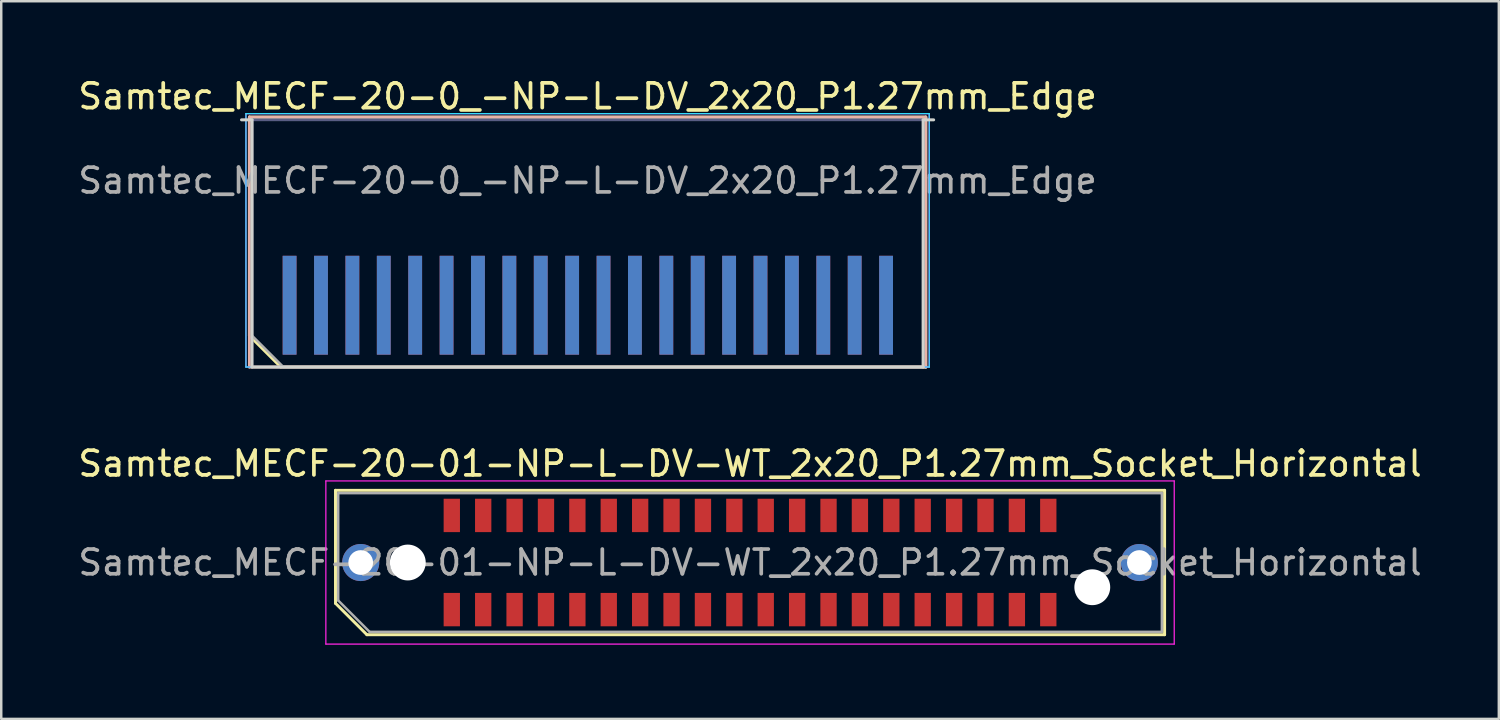
<source format=kicad_pcb>
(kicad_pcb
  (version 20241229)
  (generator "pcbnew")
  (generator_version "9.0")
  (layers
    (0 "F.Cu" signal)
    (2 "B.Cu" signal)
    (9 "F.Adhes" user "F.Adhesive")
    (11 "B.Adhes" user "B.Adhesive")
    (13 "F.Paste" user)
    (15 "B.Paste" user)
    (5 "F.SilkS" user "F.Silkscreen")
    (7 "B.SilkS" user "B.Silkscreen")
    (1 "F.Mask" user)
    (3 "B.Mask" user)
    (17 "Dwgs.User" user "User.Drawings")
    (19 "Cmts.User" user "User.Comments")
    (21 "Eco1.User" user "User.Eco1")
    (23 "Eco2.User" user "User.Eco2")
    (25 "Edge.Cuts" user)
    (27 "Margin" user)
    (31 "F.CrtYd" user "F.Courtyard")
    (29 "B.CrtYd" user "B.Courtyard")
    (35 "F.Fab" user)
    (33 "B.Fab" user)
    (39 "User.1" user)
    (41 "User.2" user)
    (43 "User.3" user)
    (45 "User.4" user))
  (footprint "Samtec_MECF-20-0_-NP-L-DV_2x20_P1.27mm_Edge"
    (layer "F.Cu")
    (at 20.72 6.798)
    (property "Reference" "Samtec_MECF-20-0_-NP-L-DV_2x20_P1.27mm_Edge" (at 0 -5.95 0) (layer "F.SilkS") (effects (font (size 1 1) (thickness 0.15))))
    (attr exclude_from_pos_files exclude_from_bom)
    (fp_line (start -13.68 -5.11) (end 13.68 -5.11) (stroke (width 0.12) (type solid)) (layer "F.SilkS"))
    (fp_line (start -13.68 3.73) (end -13.68 -5.11) (stroke (width 0.12) (type solid)) (layer "F.SilkS"))
    (fp_line (start -12.41 5) (end -13.68 3.73) (stroke (width 0.12) (type solid)) (layer "F.SilkS"))
    (fp_line (start -12.41 5) (end 13.68 5) (stroke (width 0.12) (type solid)) (layer "F.SilkS"))
    (fp_line (start 13.68 5) (end 13.68 -5.11) (stroke (width 0.12) (type solid)) (layer "F.SilkS"))
    (fp_line (start -13.68 -5.11) (end 13.68 -5.11) (stroke (width 0.12) (type solid)) (layer "B.SilkS"))
    (fp_line (start -13.68 5) (end -13.68 -5.11) (stroke (width 0.12) (type solid)) (layer "B.SilkS"))
    (fp_line (start -13.68 5) (end 13.68 5) (stroke (width 0.12) (type solid)) (layer "B.SilkS"))
    (fp_line (start 13.68 5) (end 13.68 -5.11) (stroke (width 0.12) (type solid)) (layer "B.SilkS"))
    (fp_line (start -14 -5) (end -13.575 -5) (stroke (width 0.12) (type solid)) (layer "Edge.Cuts"))
    (fp_line (start -13.575 5) (end -13.575 -5) (stroke (width 0.12) (type solid)) (layer "Edge.Cuts"))
    (fp_line (start -13.575 5) (end 13.575 5) (stroke (width 0.12) (type solid)) (layer "Edge.Cuts"))
    (fp_line (start 13.575 5) (end 13.575 -5) (stroke (width 0.12) (type solid)) (layer "Edge.Cuts"))
    (fp_line (start 14 -5) (end 13.575 -5) (stroke (width 0.12) (type solid)) (layer "Edge.Cuts"))
    (fp_line (start -13.82 -5.25) (end -13.82 5) (stroke (width 0.05) (type solid)) (layer "B.CrtYd"))
    (fp_line (start -13.82 5) (end 13.82 5) (stroke (width 0.05) (type solid)) (layer "B.CrtYd"))
    (fp_line (start 13.82 -5.25) (end -13.82 -5.25) (stroke (width 0.05) (type solid)) (layer "B.CrtYd"))
    (fp_line (start 13.82 5) (end 13.82 -5.25) (stroke (width 0.05) (type solid)) (layer "B.CrtYd"))
    (fp_line (start -13.82 -5.25) (end -13.82 5) (stroke (width 0.05) (type solid)) (layer "F.CrtYd"))
    (fp_line (start -13.82 5) (end 13.82 5) (stroke (width 0.05) (type solid)) (layer "F.CrtYd"))
    (fp_line (start 13.82 -5.25) (end -13.82 -5.25) (stroke (width 0.05) (type solid)) (layer "F.CrtYd"))
    (fp_line (start 13.82 5) (end 13.82 -5.25) (stroke (width 0.05) (type solid)) (layer "F.CrtYd"))
    (fp_line (start -13.575 -5) (end 13.575 -5) (stroke (width 0.1) (type solid)) (layer "B.Fab"))
    (fp_line (start -13.575 5) (end -13.575 -5) (stroke (width 0.1) (type solid)) (layer "B.Fab"))
    (fp_line (start -13.575 5) (end 13.575 5) (stroke (width 0.1) (type solid)) (layer "B.Fab"))
    (fp_line (start 13.575 5) (end 13.575 -5) (stroke (width 0.1) (type solid)) (layer "B.Fab"))
    (fp_line (start -13.575 -5) (end 13.575 -5) (stroke (width 0.1) (type solid)) (layer "F.Fab"))
    (fp_line (start -13.575 3.73) (end -13.575 -5) (stroke (width 0.1) (type solid)) (layer "F.Fab"))
    (fp_line (start -13.575 3.73) (end -12.305 5) (stroke (width 0.1) (type solid)) (layer "F.Fab"))
    (fp_line (start -12.305 5) (end 13.575 5) (stroke (width 0.1) (type solid)) (layer "F.Fab"))
    (fp_line (start 13.575 5) (end 13.575 -5) (stroke (width 0.1) (type solid)) (layer "F.Fab"))
    (fp_text user "${REFERENCE}" (at 0 -2.54 0) (layer "F.Fab") (effects (font (size 1 1) (thickness 0.15))))
    (pad "1" connect rect (at -12.055 2.5) (size 0.56 4) (layers "F.Cu" "F.Mask"))
    (pad "2" connect rect (at -12.055 2.5) (size 0.56 4) (layers "B.Cu" "B.Mask"))
    (pad "3" connect rect (at -10.785 2.5) (size 0.56 4) (layers "F.Cu" "F.Mask"))
    (pad "4" connect rect (at -10.785 2.5) (size 0.56 4) (layers "B.Cu" "B.Mask"))
    (pad "5" connect rect (at -9.515 2.5) (size 0.56 4) (layers "F.Cu" "F.Mask"))
    (pad "6" connect rect (at -9.515 2.5) (size 0.56 4) (layers "B.Cu" "B.Mask"))
    (pad "7" connect rect (at -8.245 2.5) (size 0.56 4) (layers "F.Cu" "F.Mask"))
    (pad "8" connect rect (at -8.245 2.5) (size 0.56 4) (layers "B.Cu" "B.Mask"))
    (pad "9" connect rect (at -6.975 2.5) (size 0.56 4) (layers "F.Cu" "F.Mask"))
    (pad "10" connect rect (at -6.975 2.5) (size 0.56 4) (layers "B.Cu" "B.Mask"))
    (pad "11" connect rect (at -5.705 2.5) (size 0.56 4) (layers "F.Cu" "F.Mask"))
    (pad "12" connect rect (at -5.705 2.5) (size 0.56 4) (layers "B.Cu" "B.Mask"))
    (pad "13" connect rect (at -4.435 2.5) (size 0.56 4) (layers "F.Cu" "F.Mask"))
    (pad "14" connect rect (at -4.435 2.5) (size 0.56 4) (layers "B.Cu" "B.Mask"))
    (pad "15" connect rect (at -3.165 2.5) (size 0.56 4) (layers "F.Cu" "F.Mask"))
    (pad "16" connect rect (at -3.165 2.5) (size 0.56 4) (layers "B.Cu" "B.Mask"))
    (pad "17" connect rect (at -1.895 2.5) (size 0.56 4) (layers "F.Cu" "F.Mask"))
    (pad "18" connect rect (at -1.895 2.5) (size 0.56 4) (layers "B.Cu" "B.Mask"))
    (pad "19" connect rect (at -0.625 2.5) (size 0.56 4) (layers "F.Cu" "F.Mask"))
    (pad "20" connect rect (at -0.625 2.5) (size 0.56 4) (layers "B.Cu" "B.Mask"))
    (pad "21" connect rect (at 0.645 2.5) (size 0.56 4) (layers "F.Cu" "F.Mask"))
    (pad "22" connect rect (at 0.645 2.5) (size 0.56 4) (layers "B.Cu" "B.Mask"))
    (pad "23" connect rect (at 1.915 2.5) (size 0.56 4) (layers "F.Cu" "F.Mask"))
    (pad "24" connect rect (at 1.915 2.5) (size 0.56 4) (layers "B.Cu" "B.Mask"))
    (pad "25" connect rect (at 3.185 2.5) (size 0.56 4) (layers "F.Cu" "F.Mask"))
    (pad "26" connect rect (at 3.185 2.5) (size 0.56 4) (layers "B.Cu" "B.Mask"))
    (pad "27" connect rect (at 4.455 2.5) (size 0.56 4) (layers "F.Cu" "F.Mask"))
    (pad "28" connect rect (at 4.455 2.5) (size 0.56 4) (layers "B.Cu" "B.Mask"))
    (pad "29" connect rect (at 5.725 2.5) (size 0.56 4) (layers "F.Cu" "F.Mask"))
    (pad "30" connect rect (at 5.725 2.5) (size 0.56 4) (layers "B.Cu" "B.Mask"))
    (pad "31" connect rect (at 6.995 2.5) (size 0.56 4) (layers "F.Cu" "F.Mask"))
    (pad "32" connect rect (at 6.995 2.5) (size 0.56 4) (layers "B.Cu" "B.Mask"))
    (pad "33" connect rect (at 8.265 2.5) (size 0.56 4) (layers "F.Cu" "F.Mask"))
    (pad "34" connect rect (at 8.265 2.5) (size 0.56 4) (layers "B.Cu" "B.Mask"))
    (pad "35" connect rect (at 9.535 2.5) (size 0.56 4) (layers "F.Cu" "F.Mask"))
    (pad "36" connect rect (at 9.535 2.5) (size 0.56 4) (layers "B.Cu" "B.Mask"))
    (pad "37" connect rect (at 10.805 2.5) (size 0.56 4) (layers "F.Cu" "F.Mask"))
    (pad "38" connect rect (at 10.805 2.5) (size 0.56 4) (layers "B.Cu" "B.Mask"))
    (pad "39" connect rect (at 12.075 2.5) (size 0.56 4) (layers "F.Cu" "F.Mask"))
    (pad "40" connect rect (at 12.075 2.5) (size 0.56 4) (layers "B.Cu" "B.Mask")))
  (footprint "Samtec_MECF-20-01-NP-L-DV-WT_2x20_P1.27mm_Socket_Horizontal"
    (layer "F.Cu")
    (at 27.292 19.706)
    (property "Reference" "Samtec_MECF-20-01-NP-L-DV-WT_2x20_P1.27mm_Socket_Horizontal" (at 0 -4 0) (layer "F.SilkS") (effects (font (size 1 1) (thickness 0.15))))
    (attr smd)
    (fp_line (start -16.77 -2.92) (end 16.77 -2.92) (stroke (width 0.12) (type solid)) (layer "F.SilkS"))
    (fp_line (start -16.77 1.65) (end -16.77 -2.92) (stroke (width 0.12) (type solid)) (layer "F.SilkS"))
    (fp_line (start -15.5 2.92) (end -16.77 1.65) (stroke (width 0.12) (type solid)) (layer "F.SilkS"))
    (fp_line (start -15.5 2.92) (end 16.77 2.92) (stroke (width 0.12) (type solid)) (layer "F.SilkS"))
    (fp_line (start 16.77 2.92) (end 16.77 -2.92) (stroke (width 0.12) (type solid)) (layer "F.SilkS"))
    (fp_line (start -17.16 -3.3) (end -17.16 3.3) (stroke (width 0.05) (type solid)) (layer "F.CrtYd"))
    (fp_line (start -17.16 3.3) (end 17.16 3.3) (stroke (width 0.05) (type solid)) (layer "F.CrtYd"))
    (fp_line (start 17.16 -3.3) (end -17.16 -3.3) (stroke (width 0.05) (type solid)) (layer "F.CrtYd"))
    (fp_line (start 17.16 3.3) (end 17.16 -3.3) (stroke (width 0.05) (type solid)) (layer "F.CrtYd"))
    (fp_line (start -16.66 -2.805) (end 16.66 -2.805) (stroke (width 0.1) (type solid)) (layer "F.Fab"))
    (fp_line (start -16.66 1.535) (end -16.66 -2.805) (stroke (width 0.1) (type solid)) (layer "F.Fab"))
    (fp_line (start -16.66 1.535) (end -15.39 2.805) (stroke (width 0.1) (type solid)) (layer "F.Fab"))
    (fp_line (start -15.39 2.805) (end 16.66 2.805) (stroke (width 0.1) (type solid)) (layer "F.Fab"))
    (fp_line (start 16.66 2.805) (end 16.66 -2.805) (stroke (width 0.1) (type solid)) (layer "F.Fab"))
    (fp_text user "${REFERENCE}" (at 0 0 0) (layer "F.Fab") (effects (font (size 1 1) (thickness 0.15))))
    (pad "" thru_hole circle (at -15.75 0) (size 1.5 1.5) (drill 1) (layers "*.Cu" "*.Mask"))
    (pad "" np_thru_hole circle (at -13.845 0) (size 1.45 1.45) (drill 1.45) (layers "*.Cu" "*.Mask"))
    (pad "" np_thru_hole circle (at 13.845 1) (size 1.45 1.45) (drill 1.45) (layers "*.Cu" "*.Mask"))
    (pad "" thru_hole circle (at 15.75 0) (size 1.5 1.5) (drill 1) (layers "*.Cu" "*.Mask"))
    (pad "1" smd rect (at -12.065 1.905) (size 0.66 1.35) (layers "F.Cu" "F.Mask" "F.Paste"))
    (pad "2" smd rect (at -12.065 -1.905) (size 0.66 1.35) (layers "F.Cu" "F.Mask" "F.Paste"))
    (pad "3" smd rect (at -10.795 1.905) (size 0.66 1.35) (layers "F.Cu" "F.Mask" "F.Paste"))
    (pad "4" smd rect (at -10.795 -1.905) (size 0.66 1.35) (layers "F.Cu" "F.Mask" "F.Paste"))
    (pad "5" smd rect (at -9.525 1.905) (size 0.66 1.35) (layers "F.Cu" "F.Mask" "F.Paste"))
    (pad "6" smd rect (at -9.525 -1.905) (size 0.66 1.35) (layers "F.Cu" "F.Mask" "F.Paste"))
    (pad "7" smd rect (at -8.255 1.905) (size 0.66 1.35) (layers "F.Cu" "F.Mask" "F.Paste"))
    (pad "8" smd rect (at -8.255 -1.905) (size 0.66 1.35) (layers "F.Cu" "F.Mask" "F.Paste"))
    (pad "9" smd rect (at -6.985 1.905) (size 0.66 1.35) (layers "F.Cu" "F.Mask" "F.Paste"))
    (pad "10" smd rect (at -6.985 -1.905) (size 0.66 1.35) (layers "F.Cu" "F.Mask" "F.Paste"))
    (pad "11" smd rect (at -5.715 1.905) (size 0.66 1.35) (layers "F.Cu" "F.Mask" "F.Paste"))
    (pad "12" smd rect (at -5.715 -1.905) (size 0.66 1.35) (layers "F.Cu" "F.Mask" "F.Paste"))
    (pad "13" smd rect (at -4.445 1.905) (size 0.66 1.35) (layers "F.Cu" "F.Mask" "F.Paste"))
    (pad "14" smd rect (at -4.445 -1.905) (size 0.66 1.35) (layers "F.Cu" "F.Mask" "F.Paste"))
    (pad "15" smd rect (at -3.175 1.905) (size 0.66 1.35) (layers "F.Cu" "F.Mask" "F.Paste"))
    (pad "16" smd rect (at -3.175 -1.905) (size 0.66 1.35) (layers "F.Cu" "F.Mask" "F.Paste"))
    (pad "17" smd rect (at -1.905 1.905) (size 0.66 1.35) (layers "F.Cu" "F.Mask" "F.Paste"))
    (pad "18" smd rect (at -1.905 -1.905) (size 0.66 1.35) (layers "F.Cu" "F.Mask" "F.Paste"))
    (pad "19" smd rect (at -0.635 1.905) (size 0.66 1.35) (layers "F.Cu" "F.Mask" "F.Paste"))
    (pad "20" smd rect (at -0.635 -1.905) (size 0.66 1.35) (layers "F.Cu" "F.Mask" "F.Paste"))
    (pad "21" smd rect (at 0.635 1.905) (size 0.66 1.35) (layers "F.Cu" "F.Mask" "F.Paste"))
    (pad "22" smd rect (at 0.635 -1.905) (size 0.66 1.35) (layers "F.Cu" "F.Mask" "F.Paste"))
    (pad "23" smd rect (at 1.905 1.905) (size 0.66 1.35) (layers "F.Cu" "F.Mask" "F.Paste"))
    (pad "24" smd rect (at 1.905 -1.905) (size 0.66 1.35) (layers "F.Cu" "F.Mask" "F.Paste"))
    (pad "25" smd rect (at 3.175 1.905) (size 0.66 1.35) (layers "F.Cu" "F.Mask" "F.Paste"))
    (pad "26" smd rect (at 3.175 -1.905) (size 0.66 1.35) (layers "F.Cu" "F.Mask" "F.Paste"))
    (pad "27" smd rect (at 4.445 1.905) (size 0.66 1.35) (layers "F.Cu" "F.Mask" "F.Paste"))
    (pad "28" smd rect (at 4.445 -1.905) (size 0.66 1.35) (layers "F.Cu" "F.Mask" "F.Paste"))
    (pad "29" smd rect (at 5.715 1.905) (size 0.66 1.35) (layers "F.Cu" "F.Mask" "F.Paste"))
    (pad "30" smd rect (at 5.715 -1.905) (size 0.66 1.35) (layers "F.Cu" "F.Mask" "F.Paste"))
    (pad "31" smd rect (at 6.985 1.905) (size 0.66 1.35) (layers "F.Cu" "F.Mask" "F.Paste"))
    (pad "32" smd rect (at 6.985 -1.905) (size 0.66 1.35) (layers "F.Cu" "F.Mask" "F.Paste"))
    (pad "33" smd rect (at 8.255 1.905) (size 0.66 1.35) (layers "F.Cu" "F.Mask" "F.Paste"))
    (pad "34" smd rect (at 8.255 -1.905) (size 0.66 1.35) (layers "F.Cu" "F.Mask" "F.Paste"))
    (pad "35" smd rect (at 9.525 1.905) (size 0.66 1.35) (layers "F.Cu" "F.Mask" "F.Paste"))
    (pad "36" smd rect (at 9.525 -1.905) (size 0.66 1.35) (layers "F.Cu" "F.Mask" "F.Paste"))
    (pad "37" smd rect (at 10.795 1.905) (size 0.66 1.35) (layers "F.Cu" "F.Mask" "F.Paste"))
    (pad "38" smd rect (at 10.795 -1.905) (size 0.66 1.35) (layers "F.Cu" "F.Mask" "F.Paste"))
    (pad "39" smd rect (at 12.065 1.905) (size 0.66 1.35) (layers "F.Cu" "F.Mask" "F.Paste"))
    (pad "40" smd rect (at 12.065 -1.905) (size 0.66 1.35) (layers "F.Cu" "F.Mask" "F.Paste")))
  (gr_rect
    (start -3 -3)
    (end 57.583 26.032)
    (stroke (width 0.1) (type default))
    (fill no)
    (layer "Edge.Cuts")))
</source>
